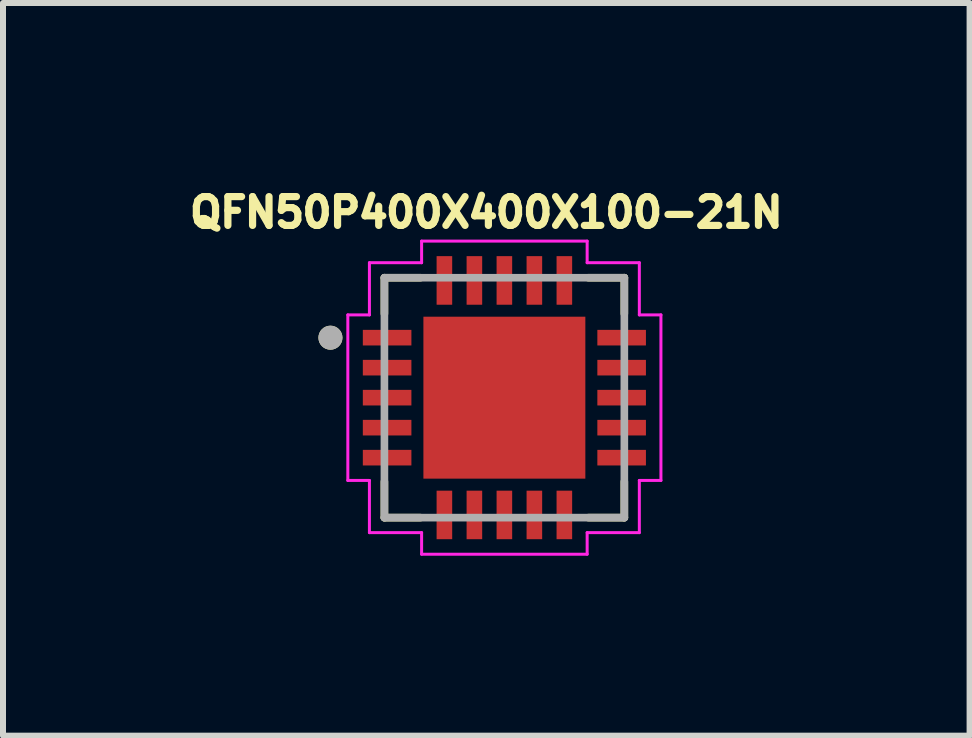
<source format=kicad_pcb>
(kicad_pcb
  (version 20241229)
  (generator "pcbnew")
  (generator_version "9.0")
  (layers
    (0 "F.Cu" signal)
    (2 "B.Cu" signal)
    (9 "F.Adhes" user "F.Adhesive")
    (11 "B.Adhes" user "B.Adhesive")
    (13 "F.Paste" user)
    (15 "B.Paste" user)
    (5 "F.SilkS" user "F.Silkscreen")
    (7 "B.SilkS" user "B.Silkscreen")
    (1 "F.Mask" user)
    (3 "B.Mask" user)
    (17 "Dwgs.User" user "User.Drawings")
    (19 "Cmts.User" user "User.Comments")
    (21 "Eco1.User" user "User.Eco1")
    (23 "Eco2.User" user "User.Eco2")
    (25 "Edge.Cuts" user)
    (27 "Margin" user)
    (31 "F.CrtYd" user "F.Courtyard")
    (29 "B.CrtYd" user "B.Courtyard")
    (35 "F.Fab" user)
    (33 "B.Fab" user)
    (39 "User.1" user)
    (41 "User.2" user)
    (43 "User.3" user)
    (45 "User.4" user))
  (footprint "QFN50P400X400X100-21N"
    (layer "F.Cu")
    (at 5.359 3.58)
    (property "Reference" "QFN50P400X400X100-21N" (at -0.301 -3.088 0) (layer "F.SilkS") (effects (font (size 0.48 0.48) (thickness 0.15))))
    (attr smd)
    (fp_line (start -2 -2) (end -2 -1.4) (stroke (width 0.127) (type solid)) (layer "F.SilkS"))
    (fp_line (start -2 1.4) (end -2 2) (stroke (width 0.127) (type solid)) (layer "F.SilkS"))
    (fp_line (start -2 2) (end -1.4 2) (stroke (width 0.127) (type solid)) (layer "F.SilkS"))
    (fp_line (start -1.4 -2) (end -2 -2) (stroke (width 0.127) (type solid)) (layer "F.SilkS"))
    (fp_line (start 1.4 -2) (end 2 -2) (stroke (width 0.127) (type solid)) (layer "F.SilkS"))
    (fp_line (start 1.4 2) (end 2 2) (stroke (width 0.127) (type solid)) (layer "F.SilkS"))
    (fp_line (start 2 -2) (end 2 -1.4) (stroke (width 0.127) (type solid)) (layer "F.SilkS"))
    (fp_line (start 2 2) (end 2 1.4) (stroke (width 0.127) (type solid)) (layer "F.SilkS"))
    (fp_circle (center -2.9 -1) (end -2.8 -1) (stroke (width 0.2) (type solid)) (fill no) (layer "F.SilkS"))
    (fp_poly (pts (xy -1.09 -1.09) (xy -0.13 -1.09) (xy -0.13 -0.13) (xy -1.09 -0.13)) (stroke (width 0.01) (type solid)) (fill yes) (layer "F.Paste"))
    (fp_poly (pts (xy -1.09 0.13) (xy -0.13 0.13) (xy -0.13 1.09) (xy -1.09 1.09)) (stroke (width 0.01) (type solid)) (fill yes) (layer "F.Paste"))
    (fp_poly (pts (xy 0.13 -1.09) (xy 1.09 -1.09) (xy 1.09 -0.13) (xy 0.13 -0.13)) (stroke (width 0.01) (type solid)) (fill yes) (layer "F.Paste"))
    (fp_poly (pts (xy 0.13 0.13) (xy 1.09 0.13) (xy 1.09 1.09) (xy 0.13 1.09)) (stroke (width 0.01) (type solid)) (fill yes) (layer "F.Paste"))
    (fp_line (start -2.61 -1.38) (end -2.25 -1.38) (stroke (width 0.05) (type solid)) (layer "F.CrtYd"))
    (fp_line (start -2.61 1.38) (end -2.61 -1.38) (stroke (width 0.05) (type solid)) (layer "F.CrtYd"))
    (fp_line (start -2.25 -2.25) (end -1.38 -2.25) (stroke (width 0.05) (type solid)) (layer "F.CrtYd"))
    (fp_line (start -2.25 -1.38) (end -2.25 -2.25) (stroke (width 0.05) (type solid)) (layer "F.CrtYd"))
    (fp_line (start -2.25 1.38) (end -2.61 1.38) (stroke (width 0.05) (type solid)) (layer "F.CrtYd"))
    (fp_line (start -2.25 2.25) (end -2.25 1.38) (stroke (width 0.05) (type solid)) (layer "F.CrtYd"))
    (fp_line (start -1.38 -2.61) (end 1.38 -2.61) (stroke (width 0.05) (type solid)) (layer "F.CrtYd"))
    (fp_line (start -1.38 -2.25) (end -1.38 -2.61) (stroke (width 0.05) (type solid)) (layer "F.CrtYd"))
    (fp_line (start -1.38 2.25) (end -2.25 2.25) (stroke (width 0.05) (type solid)) (layer "F.CrtYd"))
    (fp_line (start -1.38 2.61) (end -1.38 2.25) (stroke (width 0.05) (type solid)) (layer "F.CrtYd"))
    (fp_line (start 1.38 -2.61) (end 1.38 -2.25) (stroke (width 0.05) (type solid)) (layer "F.CrtYd"))
    (fp_line (start 1.38 -2.25) (end 2.25 -2.25) (stroke (width 0.05) (type solid)) (layer "F.CrtYd"))
    (fp_line (start 1.38 2.25) (end 1.38 2.61) (stroke (width 0.05) (type solid)) (layer "F.CrtYd"))
    (fp_line (start 1.38 2.61) (end -1.38 2.61) (stroke (width 0.05) (type solid)) (layer "F.CrtYd"))
    (fp_line (start 2.25 -2.25) (end 2.25 -1.38) (stroke (width 0.05) (type solid)) (layer "F.CrtYd"))
    (fp_line (start 2.25 -1.38) (end 2.61 -1.38) (stroke (width 0.05) (type solid)) (layer "F.CrtYd"))
    (fp_line (start 2.25 1.38) (end 2.25 2.25) (stroke (width 0.05) (type solid)) (layer "F.CrtYd"))
    (fp_line (start 2.25 2.25) (end 1.38 2.25) (stroke (width 0.05) (type solid)) (layer "F.CrtYd"))
    (fp_line (start 2.61 -1.38) (end 2.61 1.38) (stroke (width 0.05) (type solid)) (layer "F.CrtYd"))
    (fp_line (start 2.61 1.38) (end 2.25 1.38) (stroke (width 0.05) (type solid)) (layer "F.CrtYd"))
    (fp_line (start -2 -2) (end 2 -2) (stroke (width 0.127) (type solid)) (layer "F.Fab"))
    (fp_line (start -2 2) (end -2 -2) (stroke (width 0.127) (type solid)) (layer "F.Fab"))
    (fp_line (start 2 -2) (end 2 2) (stroke (width 0.127) (type solid)) (layer "F.Fab"))
    (fp_line (start 2 2) (end -2 2) (stroke (width 0.127) (type solid)) (layer "F.Fab"))
    (fp_circle (center -2.9 -1) (end -2.8 -1) (stroke (width 0.2) (type solid)) (fill no) (layer "F.Fab"))
    (pad "1" smd roundrect (at -1.955 -1) (size 0.81 0.26) (layers "F.Cu" "F.Mask" "F.Paste") (roundrect_rratio 0.01))
    (pad "2" smd roundrect (at -1.955 -0.5) (size 0.81 0.26) (layers "F.Cu" "F.Mask" "F.Paste") (roundrect_rratio 0.01))
    (pad "3" smd roundrect (at -1.955 0) (size 0.81 0.26) (layers "F.Cu" "F.Mask" "F.Paste") (roundrect_rratio 0.01))
    (pad "4" smd roundrect (at -1.955 0.5) (size 0.81 0.26) (layers "F.Cu" "F.Mask" "F.Paste") (roundrect_rratio 0.01))
    (pad "5" smd roundrect (at -1.955 1) (size 0.81 0.26) (layers "F.Cu" "F.Mask" "F.Paste") (roundrect_rratio 0.01))
    (pad "6" smd roundrect (at -1 1.955 90) (size 0.81 0.26) (layers "F.Cu" "F.Mask" "F.Paste") (roundrect_rratio 0.01))
    (pad "7" smd roundrect (at -0.5 1.955 90) (size 0.81 0.26) (layers "F.Cu" "F.Mask" "F.Paste") (roundrect_rratio 0.01))
    (pad "8" smd roundrect (at 0 1.955 90) (size 0.81 0.26) (layers "F.Cu" "F.Mask" "F.Paste") (roundrect_rratio 0.01))
    (pad "9" smd roundrect (at 0.5 1.955 90) (size 0.81 0.26) (layers "F.Cu" "F.Mask" "F.Paste") (roundrect_rratio 0.01))
    (pad "10" smd roundrect (at 1 1.955 90) (size 0.81 0.26) (layers "F.Cu" "F.Mask" "F.Paste") (roundrect_rratio 0.01))
    (pad "11" smd roundrect (at 1.955 1 180) (size 0.81 0.26) (layers "F.Cu" "F.Mask" "F.Paste") (roundrect_rratio 0.01))
    (pad "12" smd roundrect (at 1.955 0.5 180) (size 0.81 0.26) (layers "F.Cu" "F.Mask" "F.Paste") (roundrect_rratio 0.01))
    (pad "13" smd roundrect (at 1.955 0 180) (size 0.81 0.26) (layers "F.Cu" "F.Mask" "F.Paste") (roundrect_rratio 0.01))
    (pad "14" smd roundrect (at 1.955 -0.5 180) (size 0.81 0.26) (layers "F.Cu" "F.Mask" "F.Paste") (roundrect_rratio 0.01))
    (pad "15" smd roundrect (at 1.955 -1 180) (size 0.81 0.26) (layers "F.Cu" "F.Mask" "F.Paste") (roundrect_rratio 0.01))
    (pad "16" smd roundrect (at 1 -1.955 270) (size 0.81 0.26) (layers "F.Cu" "F.Mask" "F.Paste") (roundrect_rratio 0.01))
    (pad "17" smd roundrect (at 0.5 -1.955 270) (size 0.81 0.26) (layers "F.Cu" "F.Mask" "F.Paste") (roundrect_rratio 0.01))
    (pad "18" smd roundrect (at 0 -1.955 270) (size 0.81 0.26) (layers "F.Cu" "F.Mask" "F.Paste") (roundrect_rratio 0.01))
    (pad "19" smd roundrect (at -0.5 -1.955 270) (size 0.81 0.26) (layers "F.Cu" "F.Mask" "F.Paste") (roundrect_rratio 0.01))
    (pad "20" smd roundrect (at -1 -1.955 270) (size 0.81 0.26) (layers "F.Cu" "F.Mask" "F.Paste") (roundrect_rratio 0.01))
    (pad "21" smd rect (at 0 0 270) (size 2.7 2.7) (layers "F.Cu" "F.Mask")))
  (gr_rect
    (start -3 -3)
    (end 13.115 9.215)
    (stroke (width 0.1) (type default))
    (fill no)
    (layer "Edge.Cuts")))
</source>
